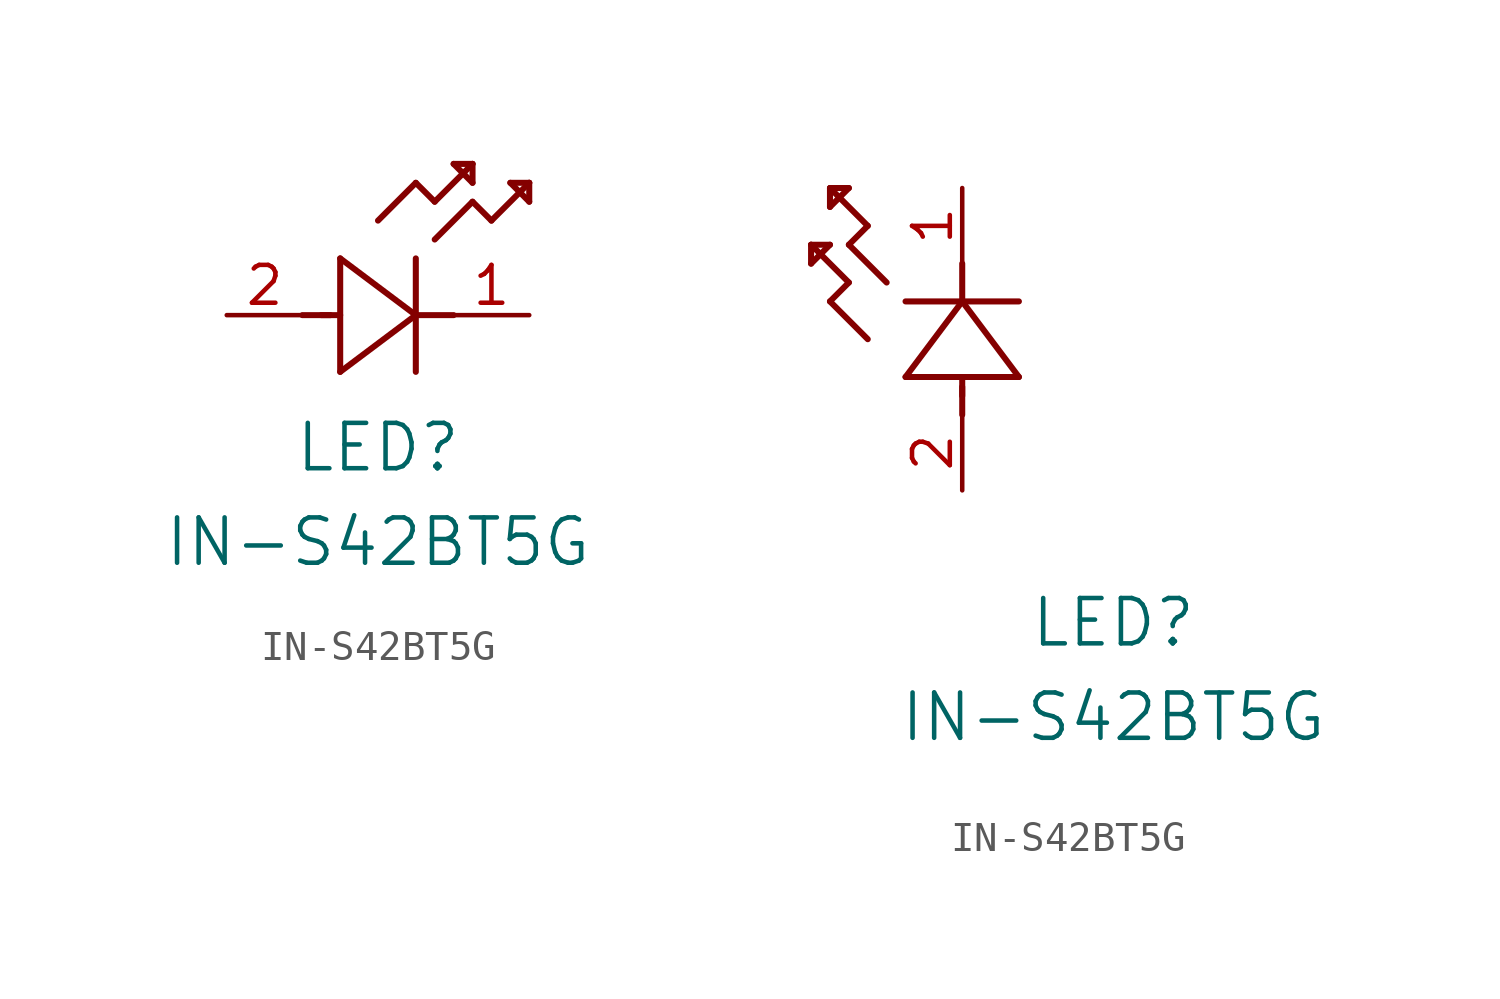
<source format=kicad_sym>
(kicad_symbol_lib
  (version 20211014)
  (generator kicad_symbol_editor)
  (symbol "IN-S42BT5G"
    (pin_names
      (offset 0.254))
    (property "Reference" "LED"
      (at 5.08 -4.445 0)
      (effects (font (size 1.524 1.524))))
    (property "Value" "IN-S42BT5G"
      (at 5.08 -7.62 0)
      (effects (font (size 1.524 1.524))))
    (symbol "IN-S42BT5G_1_1"
      (polyline (pts (xy 2.54 0) (xy 3.48 0)) (stroke (width 0.203) (type default) (color 0 0 0 0)) (fill (type none)))
      (polyline (pts (xy 3.81 1.905) (xy 3.81 -1.905)) (stroke (width 0.203) (type default) (color 0 0 0 0)) (fill (type none)))
      (polyline (pts (xy 3.175 0) (xy 3.81 0)) (stroke (width 0.203) (type default) (color 0 0 0 0)) (fill (type none)))
      (polyline (pts (xy 6.35 -1.905) (xy 6.35 1.905)) (stroke (width 0.203) (type default) (color 0 0 0 0)) (fill (type none)))
      (polyline (pts (xy 6.35 0) (xy 7.62 0)) (stroke (width 0.203) (type default) (color 0 0 0 0)) (fill (type none)))
      (polyline (pts (xy 6.35 4.445) (xy 6.985 3.81)) (stroke (width 0.203) (type default) (color 0 0 0 0)) (fill (type none)))
      (polyline (pts (xy 6.985 3.81) (xy 8.255 5.08)) (stroke (width 0.203) (type default) (color 0 0 0 0)) (fill (type none)))
      (polyline (pts (xy 8.255 3.81) (xy 8.89 3.175)) (stroke (width 0.203) (type default) (color 0 0 0 0)) (fill (type none)))
      (polyline (pts (xy 8.89 3.175) (xy 10.16 4.445)) (stroke (width 0.203) (type default) (color 0 0 0 0)) (fill (type none)))
      (polyline (pts (xy 8.255 5.08) (xy 7.62 5.08)) (stroke (width 0.203) (type default) (color 0 0 0 0)) (fill (type none)))
      (polyline (pts (xy 7.62 5.08) (xy 8.255 4.445)) (stroke (width 0.203) (type default) (color 0 0 0 0)) (fill (type none)))
      (polyline (pts (xy 8.255 4.445) (xy 8.255 5.08)) (stroke (width 0.203) (type default) (color 0 0 0 0)) (fill (type none)))
      (polyline (pts (xy 10.16 4.445) (xy 9.525 4.445)) (stroke (width 0.203) (type default) (color 0 0 0 0)) (fill (type none)))
      (polyline (pts (xy 9.525 4.445) (xy 10.16 3.81)) (stroke (width 0.203) (type default) (color 0 0 0 0)) (fill (type none)))
      (polyline (pts (xy 10.16 3.81) (xy 10.16 4.445)) (stroke (width 0.203) (type default) (color 0 0 0 0)) (fill (type none)))
      (polyline (pts (xy 6.985 2.54) (xy 8.255 3.81)) (stroke (width 0.203) (type default) (color 0 0 0 0)) (fill (type none)))
      (polyline (pts (xy 6.35 0) (xy 3.81 1.905)) (stroke (width 0.203) (type default) (color 0 0 0 0)) (fill (type none)))
      (polyline (pts (xy 3.81 -1.905) (xy 6.35 0)) (stroke (width 0.203) (type default) (color 0 0 0 0)) (fill (type none)))
      (polyline (pts (xy 5.08 3.175) (xy 6.35 4.445)) (stroke (width 0.203) (type default) (color 0 0 0 0)) (fill (type none)))
      (pin unspecified line (at 10.16 0 180) (length 2.54) (name "" (effects (font (size 1.27 1.27)))) (number "1" (effects (font (size 1.27 1.27)))))
      (pin unspecified line (at 0 0 0) (length 2.54) (name "" (effects (font (size 1.27 1.27)))) (number "2" (effects (font (size 1.27 1.27))))))
    (symbol "IN-S42BT5G_1_2"
      (polyline (pts (xy 0 2.54) (xy 0 3.48)) (stroke (width 0.203) (type default) (color 0 0 0 0)) (fill (type none)))
      (polyline (pts (xy -1.905 3.81) (xy 1.905 3.81)) (stroke (width 0.203) (type default) (color 0 0 0 0)) (fill (type none)))
      (polyline (pts (xy 0 3.175) (xy 0 3.81)) (stroke (width 0.203) (type default) (color 0 0 0 0)) (fill (type none)))
      (polyline (pts (xy 1.905 6.35) (xy -1.905 6.35)) (stroke (width 0.203) (type default) (color 0 0 0 0)) (fill (type none)))
      (polyline (pts (xy 0 6.35) (xy 0 7.62)) (stroke (width 0.203) (type default) (color 0 0 0 0)) (fill (type none)))
      (polyline (pts (xy 0 6.35) (xy -1.905 3.81)) (stroke (width 0.203) (type default) (color 0 0 0 0)) (fill (type none)))
      (polyline (pts (xy 1.905 3.81) (xy 0 6.35)) (stroke (width 0.203) (type default) (color 0 0 0 0)) (fill (type none)))
      (polyline (pts (xy -4.445 6.35) (xy -3.81 6.985)) (stroke (width 0.203) (type default) (color 0 0 0 0)) (fill (type none)))
      (polyline (pts (xy -2.54 6.985) (xy -3.81 8.255)) (stroke (width 0.203) (type default) (color 0 0 0 0)) (fill (type none)))
      (polyline (pts (xy -3.175 5.08) (xy -4.445 6.35)) (stroke (width 0.203) (type default) (color 0 0 0 0)) (fill (type none)))
      (polyline (pts (xy -4.445 10.16) (xy -4.445 9.525)) (stroke (width 0.203) (type default) (color 0 0 0 0)) (fill (type none)))
      (polyline (pts (xy -4.445 9.525) (xy -3.81 10.16)) (stroke (width 0.203) (type default) (color 0 0 0 0)) (fill (type none)))
      (polyline (pts (xy -3.81 10.16) (xy -4.445 10.16)) (stroke (width 0.203) (type default) (color 0 0 0 0)) (fill (type none)))
      (polyline (pts (xy -3.81 8.255) (xy -3.175 8.89)) (stroke (width 0.203) (type default) (color 0 0 0 0)) (fill (type none)))
      (polyline (pts (xy -3.175 8.89) (xy -4.445 10.16)) (stroke (width 0.203) (type default) (color 0 0 0 0)) (fill (type none)))
      (polyline (pts (xy -3.81 6.985) (xy -5.08 8.255)) (stroke (width 0.203) (type default) (color 0 0 0 0)) (fill (type none)))
      (polyline (pts (xy -5.08 8.255) (xy -5.08 7.62)) (stroke (width 0.203) (type default) (color 0 0 0 0)) (fill (type none)))
      (polyline (pts (xy -5.08 7.62) (xy -4.445 8.255)) (stroke (width 0.203) (type default) (color 0 0 0 0)) (fill (type none)))
      (polyline (pts (xy -4.445 8.255) (xy -5.08 8.255)) (stroke (width 0.203) (type default) (color 0 0 0 0)) (fill (type none)))
      (pin unspecified line (at 0 10.16 270) (length 2.54) (name "" (effects (font (size 1.27 1.27)))) (number "1" (effects (font (size 1.27 1.27)))))
      (pin unspecified line (at 0 0 90) (length 2.54) (name "" (effects (font (size 1.27 1.27)))) (number "2" (effects (font (size 1.27 1.27))))))))
</source>
